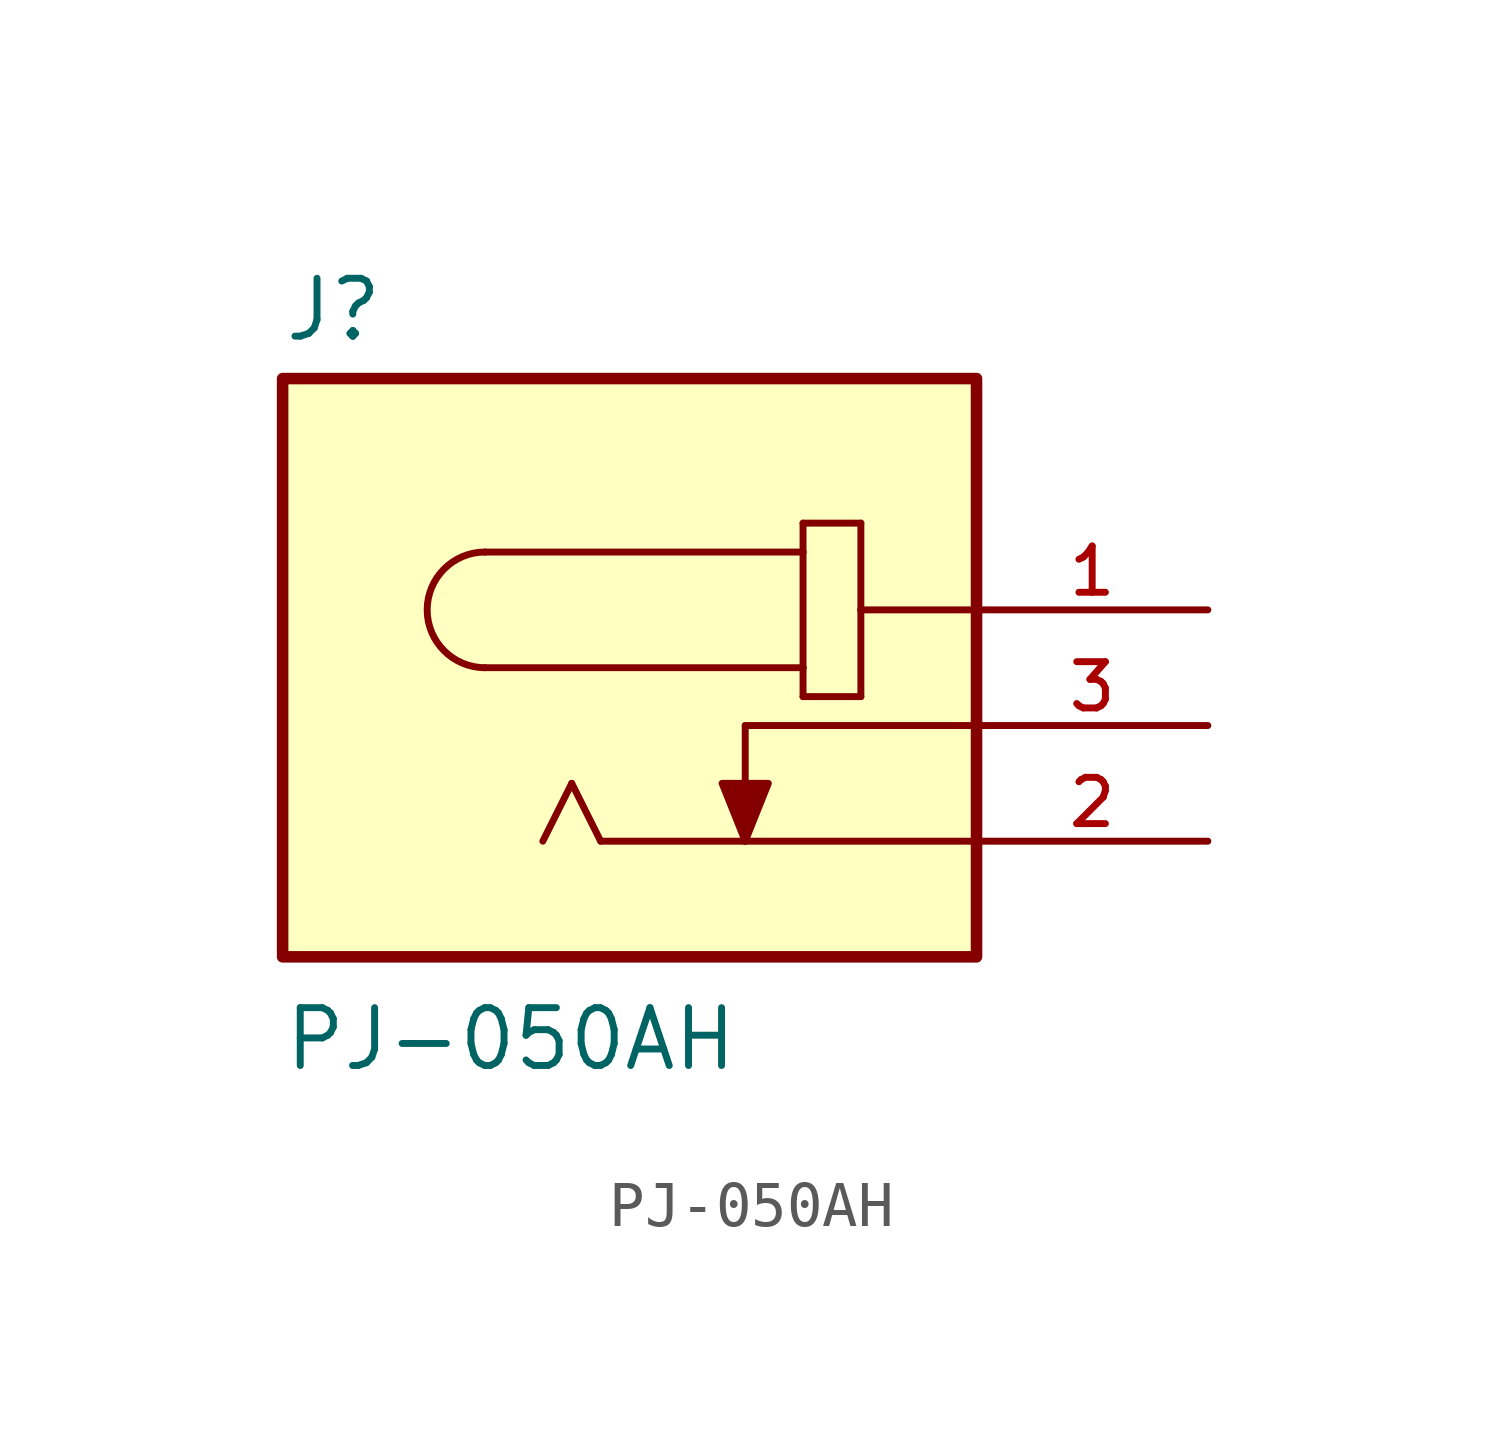
<source format=kicad_sym>
(kicad_symbol_lib
  (version 20211014)
  (generator kicad_symbol_editor)
  (symbol "PJ-050AH"
    (pin_names
      (offset 1.016))
    (property "Reference" "J"
      (at -7.63 5.849 0)
      (effects (font (size 1.27 1.27)) (justify bottom left)))
    (property "Value" "PJ-050AH"
      (at -7.635 -10.17 0)
      (effects (font (size 1.27 1.27)) (justify bottom left)))
    (symbol "PJ-050AH_0_0"
      (arc (start -3.175 1.27) (mid -4.445 -0.0) (end -3.175 -1.27) (stroke (width 0.1524) (type default) (color 0 0 0 0)) (fill (type none)))
      (polyline (pts (xy -3.175 1.27) (xy 3.81 1.27)) (stroke (width 0.152)))
      (polyline (pts (xy 3.81 1.27) (xy 3.81 -1.27)) (stroke (width 0.152)))
      (polyline (pts (xy 3.81 -1.27) (xy -3.175 -1.27)) (stroke (width 0.152)))
      (polyline (pts (xy 3.81 -1.27) (xy 3.81 -1.905)) (stroke (width 0.152)))
      (polyline (pts (xy 3.81 -1.905) (xy 5.08 -1.905)) (stroke (width 0.152)))
      (polyline (pts (xy 5.08 -1.905) (xy 5.08 0.0)) (stroke (width 0.152)))
      (polyline (pts (xy 5.08 0.0) (xy 5.08 1.905)) (stroke (width 0.152)))
      (polyline (pts (xy 5.08 1.905) (xy 3.81 1.905)) (stroke (width 0.152)))
      (polyline (pts (xy 3.81 1.905) (xy 3.81 1.27)) (stroke (width 0.152)))
      (polyline (pts (xy 2.54 -5.08) (xy -0.635 -5.08)) (stroke (width 0.152)))
      (polyline (pts (xy -0.635 -5.08) (xy -1.27 -3.81)) (stroke (width 0.152)))
      (polyline (pts (xy -1.27 -3.81) (xy -1.905 -5.08)) (stroke (width 0.152)))
      (polyline (pts (xy 2.54 -2.54) (xy 2.54 -5.08)) (stroke (width 0.152)))
      (polyline (pts (xy 2.54 -5.08) (xy 2.032 -3.81) (xy 3.048 -3.81) (xy 2.54 -5.08)) (stroke (width 0.152)) (fill (type outline)))
      (polyline (pts (xy 7.62 0.0) (xy 5.08 0.0)) (stroke (width 0.152)))
      (polyline (pts (xy 7.62 -2.54) (xy 2.54 -2.54)) (stroke (width 0.152)))
      (polyline (pts (xy 7.62 -5.08) (xy 2.54 -5.08)) (stroke (width 0.152)))
      (rectangle (start -7.62 -7.62) (end 7.62 5.08) (stroke (width 0.254)) (fill (type background)))
      (pin passive line (at 12.7 0.0 180.0) (length 5.08) (name "~" (effects (font (size 1.016 1.016)))) (number "1" (effects (font (size 1.016 1.016)))))
      (pin passive line (at 12.7 -2.54 180.0) (length 5.08) (name "~" (effects (font (size 1.016 1.016)))) (number "3" (effects (font (size 1.016 1.016)))))
      (pin passive line (at 12.7 -5.08 180.0) (length 5.08) (name "~" (effects (font (size 1.016 1.016)))) (number "2" (effects (font (size 1.016 1.016))))))))
</source>
